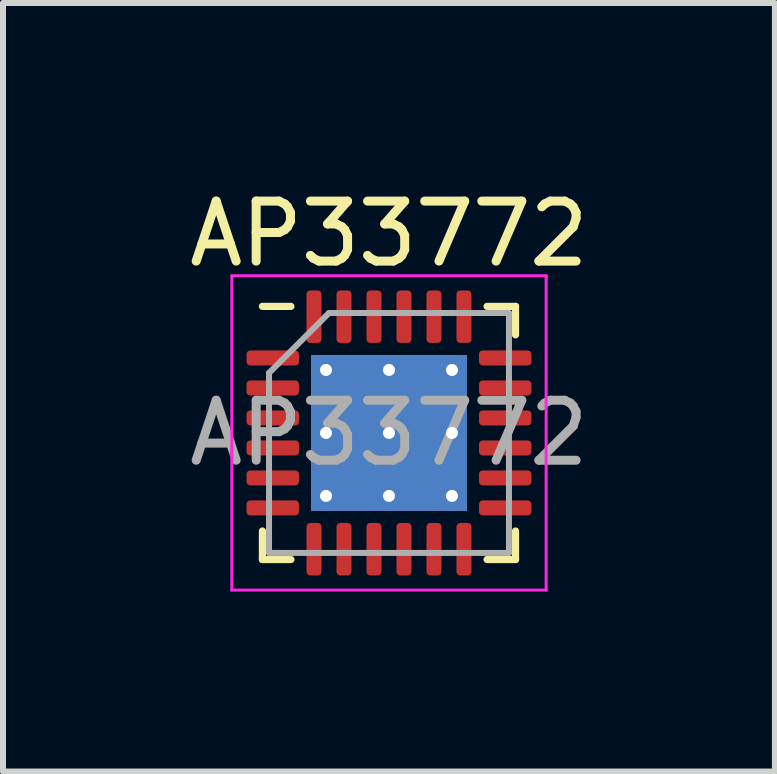
<source format=kicad_pcb>
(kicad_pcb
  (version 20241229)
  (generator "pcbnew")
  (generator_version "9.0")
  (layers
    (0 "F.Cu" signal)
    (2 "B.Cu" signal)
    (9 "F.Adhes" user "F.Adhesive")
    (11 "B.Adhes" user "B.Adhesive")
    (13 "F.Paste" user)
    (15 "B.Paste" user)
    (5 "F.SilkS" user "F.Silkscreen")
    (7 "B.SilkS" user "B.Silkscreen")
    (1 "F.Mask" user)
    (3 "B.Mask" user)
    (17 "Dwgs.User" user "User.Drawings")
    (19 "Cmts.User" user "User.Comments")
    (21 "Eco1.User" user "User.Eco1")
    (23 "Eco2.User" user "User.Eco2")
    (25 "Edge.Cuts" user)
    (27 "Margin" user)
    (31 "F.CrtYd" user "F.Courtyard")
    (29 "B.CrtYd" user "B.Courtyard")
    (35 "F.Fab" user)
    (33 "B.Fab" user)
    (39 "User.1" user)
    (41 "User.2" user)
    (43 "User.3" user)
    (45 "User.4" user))
  (footprint "AP33772"
    (layer "F.Cu")
    (at 3.435 4.168)
    (property "Reference" "AP33772" (at 0 -3.32 0) (layer "F.SilkS") (effects (font (size 1 1) (thickness 0.15))))
    (attr smd)
    (fp_line (start -2.11 2.11) (end -2.11 1.635) (stroke (width 0.12) (type solid)) (layer "F.SilkS"))
    (fp_line (start -1.635 -2.11) (end -2.11 -2.11) (stroke (width 0.12) (type solid)) (layer "F.SilkS"))
    (fp_line (start -1.635 2.11) (end -2.11 2.11) (stroke (width 0.12) (type solid)) (layer "F.SilkS"))
    (fp_line (start 1.635 -2.11) (end 2.11 -2.11) (stroke (width 0.12) (type solid)) (layer "F.SilkS"))
    (fp_line (start 1.635 2.11) (end 2.11 2.11) (stroke (width 0.12) (type solid)) (layer "F.SilkS"))
    (fp_line (start 2.11 -2.11) (end 2.11 -1.635) (stroke (width 0.12) (type solid)) (layer "F.SilkS"))
    (fp_line (start 2.11 2.11) (end 2.11 1.635) (stroke (width 0.12) (type solid)) (layer "F.SilkS"))
    (fp_line (start -2.62 -2.62) (end -2.62 2.62) (stroke (width 0.05) (type solid)) (layer "F.CrtYd"))
    (fp_line (start -2.62 2.62) (end 2.62 2.62) (stroke (width 0.05) (type solid)) (layer "F.CrtYd"))
    (fp_line (start 2.62 -2.62) (end -2.62 -2.62) (stroke (width 0.05) (type solid)) (layer "F.CrtYd"))
    (fp_line (start 2.62 2.62) (end 2.62 -2.62) (stroke (width 0.05) (type solid)) (layer "F.CrtYd"))
    (fp_line (start -2 -1) (end -1 -2) (stroke (width 0.1) (type solid)) (layer "F.Fab"))
    (fp_line (start -2 2) (end -2 -1) (stroke (width 0.1) (type solid)) (layer "F.Fab"))
    (fp_line (start -1 -2) (end 2 -2) (stroke (width 0.1) (type solid)) (layer "F.Fab"))
    (fp_line (start 2 -2) (end 2 2) (stroke (width 0.1) (type solid)) (layer "F.Fab"))
    (fp_line (start 2 2) (end -2 2) (stroke (width 0.1) (type solid)) (layer "F.Fab"))
    (fp_text user "${REFERENCE}" (at 0 0 0) (layer "F.Fab") (effects (font (size 1 1) (thickness 0.15))))
    (pad "" smd roundrect (at -0.65 -0.65) (size 1.13 1.13) (layers "F.Paste") (roundrect_rratio 0.221))
    (pad "" smd roundrect (at -0.65 0.65) (size 1.13 1.13) (layers "F.Paste") (roundrect_rratio 0.221))
    (pad "" smd roundrect (at 0.65 -0.65) (size 1.13 1.13) (layers "F.Paste") (roundrect_rratio 0.221))
    (pad "" smd roundrect (at 0.65 0.65) (size 1.13 1.13) (layers "F.Paste") (roundrect_rratio 0.221))
    (pad "1" smd roundrect (at -1.938 -1.25) (size 0.875 0.25) (layers "F.Cu" "F.Mask" "F.Paste") (roundrect_rratio 0.25))
    (pad "2" smd roundrect (at -1.938 -0.75) (size 0.875 0.25) (layers "F.Cu" "F.Mask" "F.Paste") (roundrect_rratio 0.25))
    (pad "3" smd roundrect (at -1.938 -0.25) (size 0.875 0.25) (layers "F.Cu" "F.Mask" "F.Paste") (roundrect_rratio 0.25))
    (pad "4" smd roundrect (at -1.938 0.25) (size 0.875 0.25) (layers "F.Cu" "F.Mask" "F.Paste") (roundrect_rratio 0.25))
    (pad "5" smd roundrect (at -1.938 0.75) (size 0.875 0.25) (layers "F.Cu" "F.Mask" "F.Paste") (roundrect_rratio 0.25))
    (pad "6" smd roundrect (at -1.938 1.25) (size 0.875 0.25) (layers "F.Cu" "F.Mask" "F.Paste") (roundrect_rratio 0.25))
    (pad "7" smd roundrect (at -1.25 1.938) (size 0.25 0.875) (layers "F.Cu" "F.Mask" "F.Paste") (roundrect_rratio 0.25))
    (pad "8" smd roundrect (at -0.75 1.938) (size 0.25 0.875) (layers "F.Cu" "F.Mask" "F.Paste") (roundrect_rratio 0.25))
    (pad "9" smd roundrect (at -0.25 1.938) (size 0.25 0.875) (layers "F.Cu" "F.Mask" "F.Paste") (roundrect_rratio 0.25))
    (pad "10" smd roundrect (at 0.25 1.938) (size 0.25 0.875) (layers "F.Cu" "F.Mask" "F.Paste") (roundrect_rratio 0.25))
    (pad "11" smd roundrect (at 0.75 1.938) (size 0.25 0.875) (layers "F.Cu" "F.Mask" "F.Paste") (roundrect_rratio 0.25))
    (pad "12" smd roundrect (at 1.25 1.938) (size 0.25 0.875) (layers "F.Cu" "F.Mask" "F.Paste") (roundrect_rratio 0.25))
    (pad "13" smd roundrect (at 1.938 1.25) (size 0.875 0.25) (layers "F.Cu" "F.Mask" "F.Paste") (roundrect_rratio 0.25))
    (pad "14" smd roundrect (at 1.938 0.75) (size 0.875 0.25) (layers "F.Cu" "F.Mask" "F.Paste") (roundrect_rratio 0.25))
    (pad "15" smd roundrect (at 1.938 0.25) (size 0.875 0.25) (layers "F.Cu" "F.Mask" "F.Paste") (roundrect_rratio 0.25))
    (pad "16" smd roundrect (at 1.938 -0.25) (size 0.875 0.25) (layers "F.Cu" "F.Mask" "F.Paste") (roundrect_rratio 0.25))
    (pad "17" smd roundrect (at 1.938 -0.75) (size 0.875 0.25) (layers "F.Cu" "F.Mask" "F.Paste") (roundrect_rratio 0.25))
    (pad "18" smd roundrect (at 1.938 -1.25) (size 0.875 0.25) (layers "F.Cu" "F.Mask" "F.Paste") (roundrect_rratio 0.25))
    (pad "19" smd roundrect (at 1.25 -1.938) (size 0.25 0.875) (layers "F.Cu" "F.Mask" "F.Paste") (roundrect_rratio 0.25))
    (pad "20" smd roundrect (at 0.75 -1.938) (size 0.25 0.875) (layers "F.Cu" "F.Mask" "F.Paste") (roundrect_rratio 0.25))
    (pad "21" smd roundrect (at 0.25 -1.938) (size 0.25 0.875) (layers "F.Cu" "F.Mask" "F.Paste") (roundrect_rratio 0.25))
    (pad "22" smd roundrect (at -0.25 -1.938) (size 0.25 0.875) (layers "F.Cu" "F.Mask" "F.Paste") (roundrect_rratio 0.25))
    (pad "23" smd roundrect (at -0.75 -1.938) (size 0.25 0.875) (layers "F.Cu" "F.Mask" "F.Paste") (roundrect_rratio 0.25))
    (pad "24" smd roundrect (at -1.25 -1.938) (size 0.25 0.875) (layers "F.Cu" "F.Mask" "F.Paste") (roundrect_rratio 0.25))
    (pad "25" thru_hole circle (at -1.05 -1.05) (size 0.5 0.5) (drill 0.2) (layers "*.Cu"))
    (pad "25" thru_hole circle (at -1.05 0) (size 0.5 0.5) (drill 0.2) (layers "*.Cu"))
    (pad "25" thru_hole circle (at -1.05 1.05) (size 0.5 0.5) (drill 0.2) (layers "*.Cu"))
    (pad "25" thru_hole circle (at 0 -1.05) (size 0.5 0.5) (drill 0.2) (layers "*.Cu"))
    (pad "25" thru_hole circle (at 0 0) (size 0.5 0.5) (drill 0.2) (layers "*.Cu"))
    (pad "25" smd rect (at 0 0) (size 2.6 2.6) (layers "F.Cu" "F.Mask"))
    (pad "25" smd rect (at 0 0) (size 2.6 2.6) (layers "B.Cu"))
    (pad "25" thru_hole circle (at 0 1.05) (size 0.5 0.5) (drill 0.2) (layers "*.Cu"))
    (pad "25" thru_hole circle (at 1.05 -1.05) (size 0.5 0.5) (drill 0.2) (layers "*.Cu"))
    (pad "25" thru_hole circle (at 1.05 0) (size 0.5 0.5) (drill 0.2) (layers "*.Cu"))
    (pad "25" thru_hole circle (at 1.05 1.05) (size 0.5 0.5) (drill 0.2) (layers "*.Cu")))
  (gr_rect
    (start -3 -3)
    (end 9.869 9.813)
    (stroke (width 0.1) (type default))
    (fill no)
    (layer "Edge.Cuts")))
</source>
